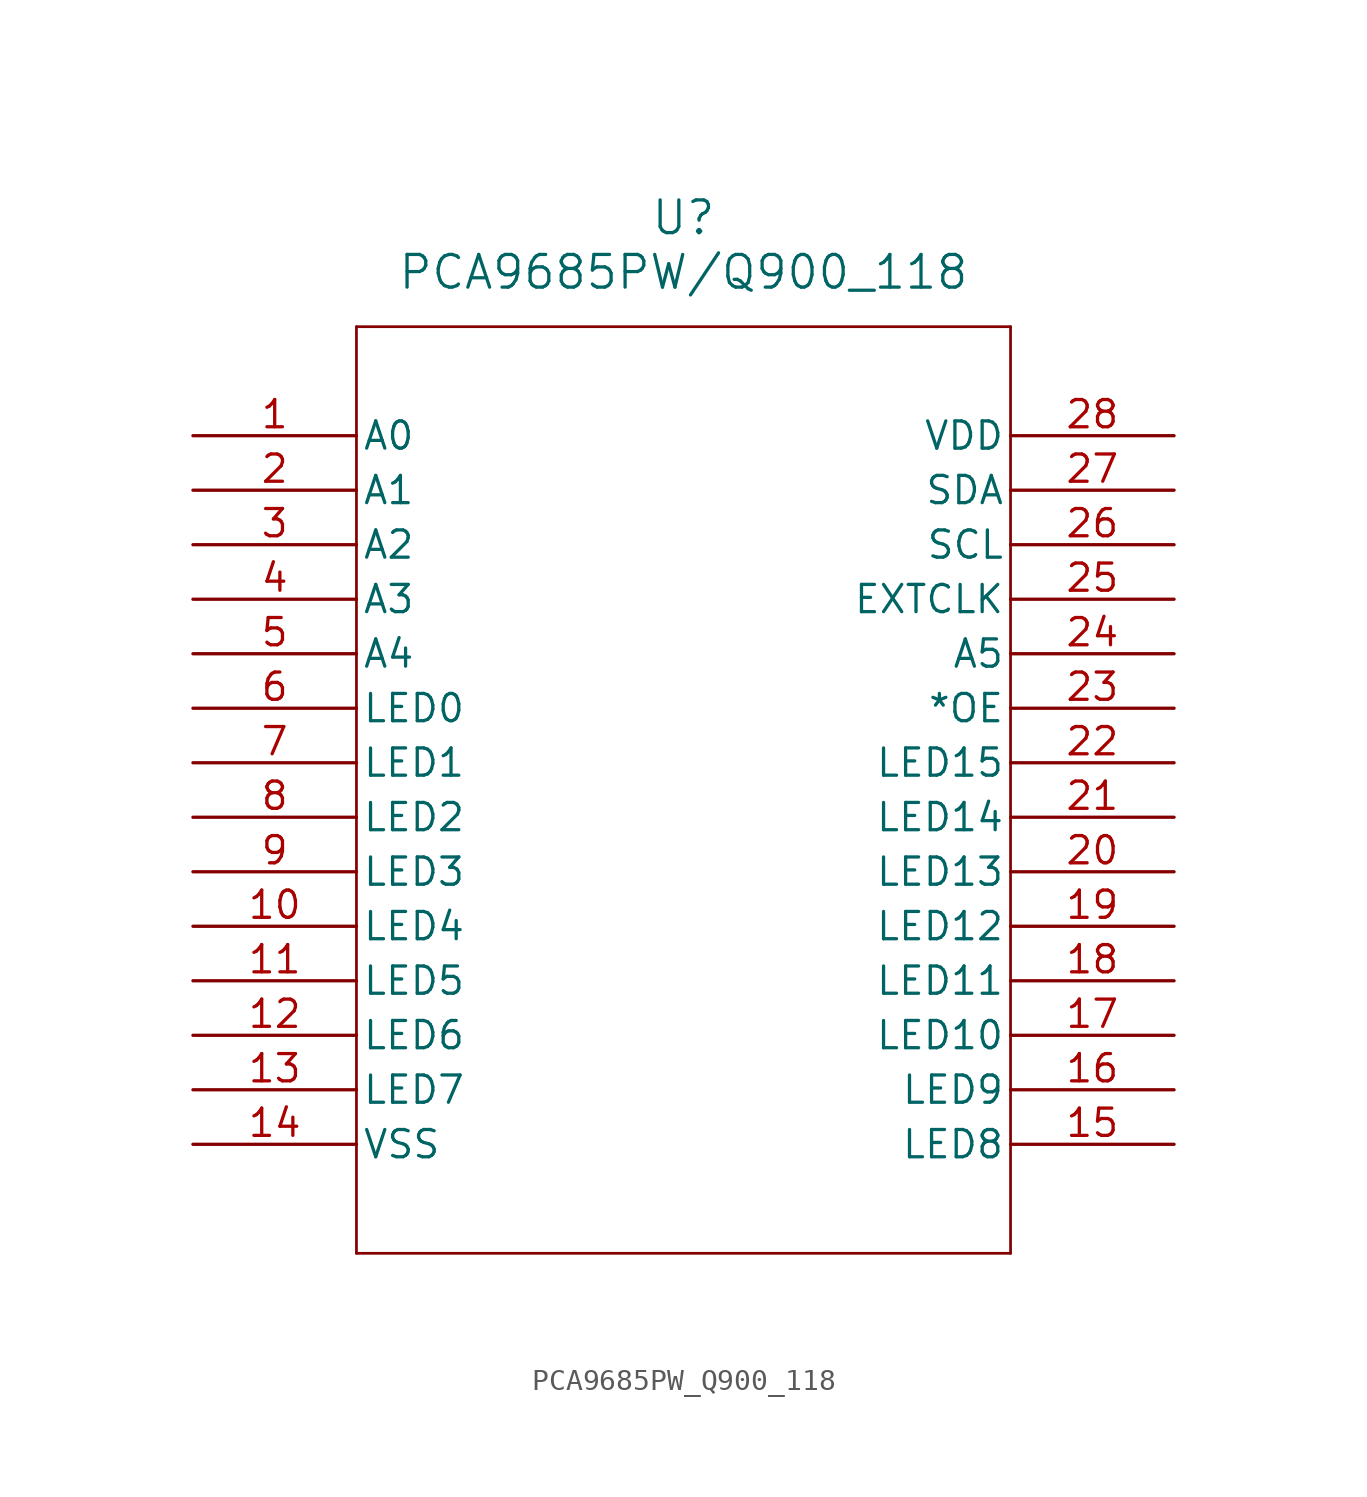
<source format=kicad_sym>
(kicad_symbol_lib
  (version 20211014)
  (generator kicad_symbol_editor)
  (symbol "PCA9685PW_Q900_118"
    (pin_names
      (offset 0.254))
    (property "Reference" "U"
      (at 22.86 10.16 0)
      (effects (font (size 1.524 1.524))))
    (property "Value" "PCA9685PW/Q900_118"
      (at 22.86 7.62 0)
      (effects (font (size 1.524 1.524))))
    (symbol "PCA9685PW_Q900_118_0_1"
      (polyline (pts (xy 7.62 5.08) (xy 7.62 -38.1)) (stroke (width 0.127) (type default) (color 0 0 0 0)) (fill (type none)))
      (polyline (pts (xy 7.62 -38.1) (xy 38.1 -38.1)) (stroke (width 0.127) (type default) (color 0 0 0 0)) (fill (type none)))
      (polyline (pts (xy 38.1 -38.1) (xy 38.1 5.08)) (stroke (width 0.127) (type default) (color 0 0 0 0)) (fill (type none)))
      (polyline (pts (xy 38.1 5.08) (xy 7.62 5.08)) (stroke (width 0.127) (type default) (color 0 0 0 0)) (fill (type none)))
      (pin input line (at 0 0 0) (length 7.62) (name "A0" (effects (font (size 1.27 1.27)))) (number "1" (effects (font (size 1.27 1.27)))))
      (pin input line (at 0 -2.54 0) (length 7.62) (name "A1" (effects (font (size 1.27 1.27)))) (number "2" (effects (font (size 1.27 1.27)))))
      (pin input line (at 0 -5.08 0) (length 7.62) (name "A2" (effects (font (size 1.27 1.27)))) (number "3" (effects (font (size 1.27 1.27)))))
      (pin input line (at 0 -7.62 0) (length 7.62) (name "A3" (effects (font (size 1.27 1.27)))) (number "4" (effects (font (size 1.27 1.27)))))
      (pin input line (at 0 -10.16 0) (length 7.62) (name "A4" (effects (font (size 1.27 1.27)))) (number "5" (effects (font (size 1.27 1.27)))))
      (pin output line (at 0 -12.7 0) (length 7.62) (name "LED0" (effects (font (size 1.27 1.27)))) (number "6" (effects (font (size 1.27 1.27)))))
      (pin output line (at 0 -15.24 0) (length 7.62) (name "LED1" (effects (font (size 1.27 1.27)))) (number "7" (effects (font (size 1.27 1.27)))))
      (pin output line (at 0 -17.78 0) (length 7.62) (name "LED2" (effects (font (size 1.27 1.27)))) (number "8" (effects (font (size 1.27 1.27)))))
      (pin output line (at 0 -20.32 0) (length 7.62) (name "LED3" (effects (font (size 1.27 1.27)))) (number "9" (effects (font (size 1.27 1.27)))))
      (pin output line (at 0 -22.86 0) (length 7.62) (name "LED4" (effects (font (size 1.27 1.27)))) (number "10" (effects (font (size 1.27 1.27)))))
      (pin output line (at 0 -25.4 0) (length 7.62) (name "LED5" (effects (font (size 1.27 1.27)))) (number "11" (effects (font (size 1.27 1.27)))))
      (pin output line (at 0 -27.94 0) (length 7.62) (name "LED6" (effects (font (size 1.27 1.27)))) (number "12" (effects (font (size 1.27 1.27)))))
      (pin output line (at 0 -30.48 0) (length 7.62) (name "LED7" (effects (font (size 1.27 1.27)))) (number "13" (effects (font (size 1.27 1.27)))))
      (pin power_out line (at 0 -33.02 0) (length 7.62) (name "VSS" (effects (font (size 1.27 1.27)))) (number "14" (effects (font (size 1.27 1.27)))))
      (pin output line (at 45.72 -33.02 180) (length 7.62) (name "LED8" (effects (font (size 1.27 1.27)))) (number "15" (effects (font (size 1.27 1.27)))))
      (pin output line (at 45.72 -30.48 180) (length 7.62) (name "LED9" (effects (font (size 1.27 1.27)))) (number "16" (effects (font (size 1.27 1.27)))))
      (pin output line (at 45.72 -27.94 180) (length 7.62) (name "LED10" (effects (font (size 1.27 1.27)))) (number "17" (effects (font (size 1.27 1.27)))))
      (pin output line (at 45.72 -25.4 180) (length 7.62) (name "LED11" (effects (font (size 1.27 1.27)))) (number "18" (effects (font (size 1.27 1.27)))))
      (pin output line (at 45.72 -22.86 180) (length 7.62) (name "LED12" (effects (font (size 1.27 1.27)))) (number "19" (effects (font (size 1.27 1.27)))))
      (pin output line (at 45.72 -20.32 180) (length 7.62) (name "LED13" (effects (font (size 1.27 1.27)))) (number "20" (effects (font (size 1.27 1.27)))))
      (pin output line (at 45.72 -17.78 180) (length 7.62) (name "LED14" (effects (font (size 1.27 1.27)))) (number "21" (effects (font (size 1.27 1.27)))))
      (pin output line (at 45.72 -15.24 180) (length 7.62) (name "LED15" (effects (font (size 1.27 1.27)))) (number "22" (effects (font (size 1.27 1.27)))))
      (pin input line (at 45.72 -12.7 180) (length 7.62) (name "*OE" (effects (font (size 1.27 1.27)))) (number "23" (effects (font (size 1.27 1.27)))))
      (pin input line (at 45.72 -10.16 180) (length 7.62) (name "A5" (effects (font (size 1.27 1.27)))) (number "24" (effects (font (size 1.27 1.27)))))
      (pin input line (at 45.72 -7.62 180) (length 7.62) (name "EXTCLK" (effects (font (size 1.27 1.27)))) (number "25" (effects (font (size 1.27 1.27)))))
      (pin input line (at 45.72 -5.08 180) (length 7.62) (name "SCL" (effects (font (size 1.27 1.27)))) (number "26" (effects (font (size 1.27 1.27)))))
      (pin bidirectional line (at 45.72 -2.54 180) (length 7.62) (name "SDA" (effects (font (size 1.27 1.27)))) (number "27" (effects (font (size 1.27 1.27)))))
      (pin power_in line (at 45.72 0 180) (length 7.62) (name "VDD" (effects (font (size 1.27 1.27)))) (number "28" (effects (font (size 1.27 1.27))))))))
</source>
